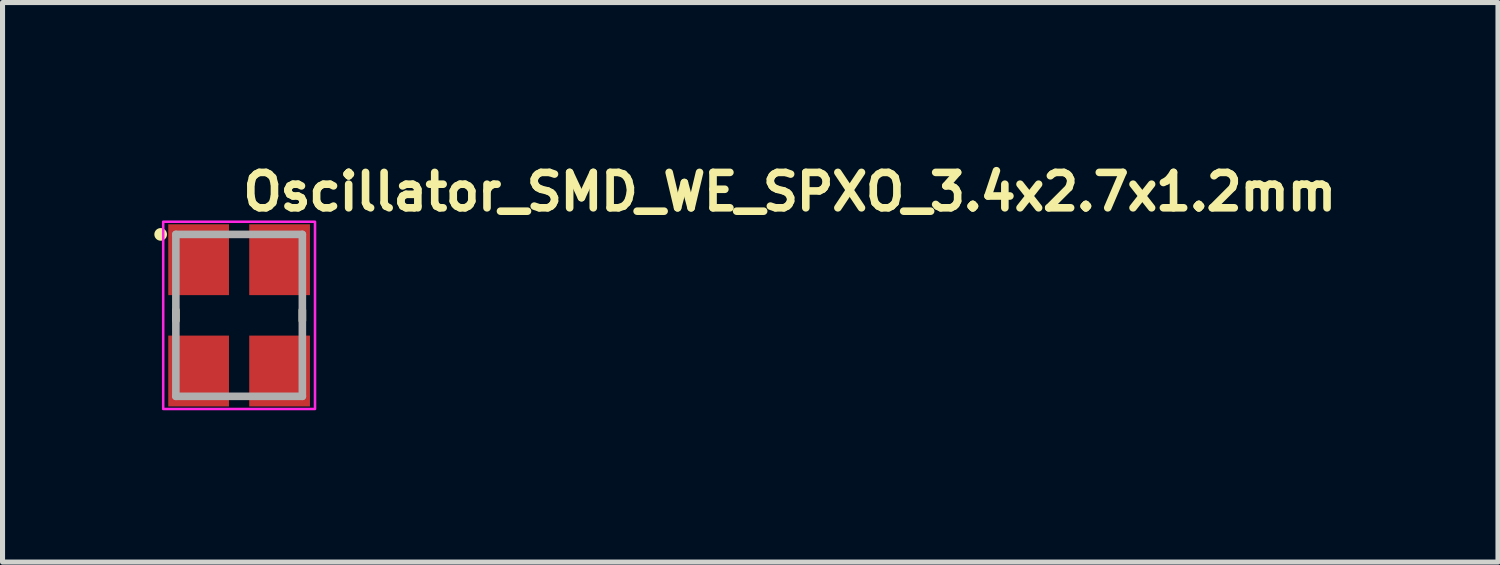
<source format=kicad_pcb>
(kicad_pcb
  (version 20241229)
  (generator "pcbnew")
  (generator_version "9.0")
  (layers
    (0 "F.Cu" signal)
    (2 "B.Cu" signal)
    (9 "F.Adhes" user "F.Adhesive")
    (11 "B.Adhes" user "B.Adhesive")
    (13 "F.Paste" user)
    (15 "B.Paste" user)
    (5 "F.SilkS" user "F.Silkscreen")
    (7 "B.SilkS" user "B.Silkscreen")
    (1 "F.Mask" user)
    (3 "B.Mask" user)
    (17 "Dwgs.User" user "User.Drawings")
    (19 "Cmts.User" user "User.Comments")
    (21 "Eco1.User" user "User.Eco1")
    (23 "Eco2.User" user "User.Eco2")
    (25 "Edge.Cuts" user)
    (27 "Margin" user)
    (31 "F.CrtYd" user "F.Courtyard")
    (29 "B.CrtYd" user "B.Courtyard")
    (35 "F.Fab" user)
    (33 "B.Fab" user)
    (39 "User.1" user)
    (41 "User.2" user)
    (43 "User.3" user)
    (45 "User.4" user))
  (footprint "Oscillator_SMD_WE_SPXO_3.4x2.7x1.2mm"
    (layer "F.Cu")
    (at 1.675 3.182)
    (property "Reference" "Oscillator_SMD_WE_SPXO_3.4x2.7x1.2mm" (at 0 -2.032 0) (unlocked yes) (layer "F.SilkS") (effects (font (size 0.7 0.7) (thickness 0.15)) (justify left bottom)))
    (attr smd)
    (fp_line (start -1.25 -0.102) (end -1.25 0.102) (stroke (width 0.15) (type solid)) (layer "F.SilkS"))
    (fp_line (start 1.25 -0.102) (end 1.25 0.102) (stroke (width 0.15) (type solid)) (layer "F.SilkS"))
    (fp_circle (center -1.55 -1.6) (end -1.5 -1.6) (stroke (width 0.15) (type solid)) (fill yes) (layer "F.SilkS"))
    (fp_rect (start 1.5 -1.85) (end -1.5 1.85) (stroke (width 0.05) (type solid)) (fill no) (layer "F.CrtYd"))
    (fp_line (start -1.25 -1.6) (end -1.25 1.6) (stroke (width 0.15) (type solid)) (layer "F.Fab"))
    (fp_line (start 1.25 -1.6) (end -1.25 -1.6) (stroke (width 0.15) (type solid)) (layer "F.Fab"))
    (fp_line (start 1.25 -1.6) (end 1.25 1.6) (stroke (width 0.15) (type solid)) (layer "F.Fab"))
    (fp_line (start 1.25 1.6) (end -1.25 1.6) (stroke (width 0.15) (type solid)) (layer "F.Fab"))
    (fp_rect (start 1.25 -1.6) (end -1.25 1.6) (stroke (width 0.1) (type solid)) (fill no) (layer "User.5"))
    (fp_line (start -1.25 -1.475) (end -1.25 1.475) (stroke (width 0.02) (type solid)) (layer "User.9"))
    (fp_line (start -1.25 -1.475) (end -1.244 -1.475) (stroke (width 0.02) (type solid)) (layer "User.9"))
    (fp_line (start -1.244 -1.475) (end -1.238 -1.476) (stroke (width 0.02) (type solid)) (layer "User.9"))
    (fp_line (start -1.244 1.475) (end -1.25 1.475) (stroke (width 0.02) (type solid)) (layer "User.9"))
    (fp_line (start -1.238 -1.476) (end -1.232 -1.476) (stroke (width 0.02) (type solid)) (layer "User.9"))
    (fp_line (start -1.238 1.476) (end -1.244 1.475) (stroke (width 0.02) (type solid)) (layer "User.9"))
    (fp_line (start -1.232 -1.476) (end -1.226 -1.477) (stroke (width 0.02) (type solid)) (layer "User.9"))
    (fp_line (start -1.232 1.476) (end -1.238 1.476) (stroke (width 0.02) (type solid)) (layer "User.9"))
    (fp_line (start -1.226 -1.477) (end -1.22 -1.479) (stroke (width 0.02) (type solid)) (layer "User.9"))
    (fp_line (start -1.226 1.477) (end -1.232 1.476) (stroke (width 0.02) (type solid)) (layer "User.9"))
    (fp_line (start -1.22 -1.479) (end -1.214 -1.48) (stroke (width 0.02) (type solid)) (layer "User.9"))
    (fp_line (start -1.22 1.479) (end -1.226 1.477) (stroke (width 0.02) (type solid)) (layer "User.9"))
    (fp_line (start -1.214 -1.48) (end -1.208 -1.482) (stroke (width 0.02) (type solid)) (layer "User.9"))
    (fp_line (start -1.214 1.48) (end -1.22 1.479) (stroke (width 0.02) (type solid)) (layer "User.9"))
    (fp_line (start -1.208 -1.482) (end -1.202 -1.485) (stroke (width 0.02) (type solid)) (layer "User.9"))
    (fp_line (start -1.208 1.482) (end -1.214 1.48) (stroke (width 0.02) (type solid)) (layer "User.9"))
    (fp_line (start -1.202 -1.485) (end -1.197 -1.487) (stroke (width 0.02) (type solid)) (layer "User.9"))
    (fp_line (start -1.202 1.485) (end -1.208 1.482) (stroke (width 0.02) (type solid)) (layer "User.9"))
    (fp_line (start -1.197 -1.487) (end -1.191 -1.49) (stroke (width 0.02) (type solid)) (layer "User.9"))
    (fp_line (start -1.197 1.487) (end -1.202 1.485) (stroke (width 0.02) (type solid)) (layer "User.9"))
    (fp_line (start -1.191 -1.49) (end -1.186 -1.493) (stroke (width 0.02) (type solid)) (layer "User.9"))
    (fp_line (start -1.191 1.49) (end -1.197 1.487) (stroke (width 0.02) (type solid)) (layer "User.9"))
    (fp_line (start -1.186 -1.493) (end -1.181 -1.496) (stroke (width 0.02) (type solid)) (layer "User.9"))
    (fp_line (start -1.186 1.493) (end -1.191 1.49) (stroke (width 0.02) (type solid)) (layer "User.9"))
    (fp_line (start -1.181 -1.496) (end -1.176 -1.5) (stroke (width 0.02) (type solid)) (layer "User.9"))
    (fp_line (start -1.181 1.496) (end -1.186 1.493) (stroke (width 0.02) (type solid)) (layer "User.9"))
    (fp_line (start -1.176 -1.5) (end -1.171 -1.503) (stroke (width 0.02) (type solid)) (layer "User.9"))
    (fp_line (start -1.176 1.5) (end -1.181 1.496) (stroke (width 0.02) (type solid)) (layer "User.9"))
    (fp_line (start -1.171 -1.503) (end -1.166 -1.507) (stroke (width 0.02) (type solid)) (layer "User.9"))
    (fp_line (start -1.171 1.503) (end -1.176 1.5) (stroke (width 0.02) (type solid)) (layer "User.9"))
    (fp_line (start -1.166 -1.507) (end -1.162 -1.512) (stroke (width 0.02) (type solid)) (layer "User.9"))
    (fp_line (start -1.166 1.507) (end -1.171 1.503) (stroke (width 0.02) (type solid)) (layer "User.9"))
    (fp_line (start -1.162 -1.512) (end -1.162 -1.512) (stroke (width 0.02) (type solid)) (layer "User.9"))
    (fp_line (start -1.162 -1.512) (end -1.157 -1.516) (stroke (width 0.02) (type solid)) (layer "User.9"))
    (fp_line (start -1.162 1.512) (end -1.166 1.507) (stroke (width 0.02) (type solid)) (layer "User.9"))
    (fp_line (start -1.162 1.512) (end -1.162 1.512) (stroke (width 0.02) (type solid)) (layer "User.9"))
    (fp_line (start -1.157 -1.516) (end -1.153 -1.521) (stroke (width 0.02) (type solid)) (layer "User.9"))
    (fp_line (start -1.157 1.516) (end -1.162 1.512) (stroke (width 0.02) (type solid)) (layer "User.9"))
    (fp_line (start -1.153 -1.521) (end -1.15 -1.526) (stroke (width 0.02) (type solid)) (layer "User.9"))
    (fp_line (start -1.153 1.521) (end -1.157 1.516) (stroke (width 0.02) (type solid)) (layer "User.9"))
    (fp_line (start -1.15 -1.526) (end -1.146 -1.531) (stroke (width 0.02) (type solid)) (layer "User.9"))
    (fp_line (start -1.15 -1.41) (end -1.15 -1.405) (stroke (width 0.02) (type solid)) (layer "User.9"))
    (fp_line (start -1.15 -1.405) (end -1.15 -1.4) (stroke (width 0.02) (type solid)) (layer "User.9"))
    (fp_line (start -1.15 -1.4) (end -1.15 1.4) (stroke (width 0.02) (type solid)) (layer "User.9"))
    (fp_line (start -1.15 1.4) (end -1.15 1.405) (stroke (width 0.02) (type solid)) (layer "User.9"))
    (fp_line (start -1.15 1.405) (end -1.15 1.41) (stroke (width 0.02) (type solid)) (layer "User.9"))
    (fp_line (start -1.15 1.41) (end -1.149 1.415) (stroke (width 0.02) (type solid)) (layer "User.9"))
    (fp_line (start -1.15 1.526) (end -1.153 1.521) (stroke (width 0.02) (type solid)) (layer "User.9"))
    (fp_line (start -1.149 -1.415) (end -1.15 -1.41) (stroke (width 0.02) (type solid)) (layer "User.9"))
    (fp_line (start -1.149 1.415) (end -1.148 1.42) (stroke (width 0.02) (type solid)) (layer "User.9"))
    (fp_line (start -1.148 -1.42) (end -1.149 -1.415) (stroke (width 0.02) (type solid)) (layer "User.9"))
    (fp_line (start -1.148 1.42) (end -1.147 1.424) (stroke (width 0.02) (type solid)) (layer "User.9"))
    (fp_line (start -1.147 -1.424) (end -1.148 -1.42) (stroke (width 0.02) (type solid)) (layer "User.9"))
    (fp_line (start -1.147 1.424) (end -1.146 1.429) (stroke (width 0.02) (type solid)) (layer "User.9"))
    (fp_line (start -1.146 -1.531) (end -1.143 -1.536) (stroke (width 0.02) (type solid)) (layer "User.9"))
    (fp_line (start -1.146 -1.429) (end -1.147 -1.424) (stroke (width 0.02) (type solid)) (layer "User.9"))
    (fp_line (start -1.146 1.429) (end -1.144 1.434) (stroke (width 0.02) (type solid)) (layer "User.9"))
    (fp_line (start -1.146 1.531) (end -1.15 1.526) (stroke (width 0.02) (type solid)) (layer "User.9"))
    (fp_line (start -1.144 -1.434) (end -1.146 -1.429) (stroke (width 0.02) (type solid)) (layer "User.9"))
    (fp_line (start -1.144 1.434) (end -1.142 1.438) (stroke (width 0.02) (type solid)) (layer "User.9"))
    (fp_line (start -1.143 -1.536) (end -1.14 -1.541) (stroke (width 0.02) (type solid)) (layer "User.9"))
    (fp_line (start -1.143 1.536) (end -1.146 1.531) (stroke (width 0.02) (type solid)) (layer "User.9"))
    (fp_line (start -1.142 -1.438) (end -1.144 -1.434) (stroke (width 0.02) (type solid)) (layer "User.9"))
    (fp_line (start -1.142 1.438) (end -1.14 1.443) (stroke (width 0.02) (type solid)) (layer "User.9"))
    (fp_line (start -1.14 -1.541) (end -1.137 -1.547) (stroke (width 0.02) (type solid)) (layer "User.9"))
    (fp_line (start -1.14 -1.443) (end -1.142 -1.438) (stroke (width 0.02) (type solid)) (layer "User.9"))
    (fp_line (start -1.14 1.443) (end -1.138 1.447) (stroke (width 0.02) (type solid)) (layer "User.9"))
    (fp_line (start -1.14 1.541) (end -1.143 1.536) (stroke (width 0.02) (type solid)) (layer "User.9"))
    (fp_line (start -1.138 -1.447) (end -1.14 -1.443) (stroke (width 0.02) (type solid)) (layer "User.9"))
    (fp_line (start -1.138 1.447) (end -1.136 1.451) (stroke (width 0.02) (type solid)) (layer "User.9"))
    (fp_line (start -1.137 -1.547) (end -1.135 -1.552) (stroke (width 0.02) (type solid)) (layer "User.9"))
    (fp_line (start -1.137 1.547) (end -1.14 1.541) (stroke (width 0.02) (type solid)) (layer "User.9"))
    (fp_line (start -1.136 -1.451) (end -1.138 -1.447) (stroke (width 0.02) (type solid)) (layer "User.9"))
    (fp_line (start -1.136 1.451) (end -1.133 1.455) (stroke (width 0.02) (type solid)) (layer "User.9"))
    (fp_line (start -1.135 -1.552) (end -1.132 -1.558) (stroke (width 0.02) (type solid)) (layer "User.9"))
    (fp_line (start -1.135 1.552) (end -1.137 1.547) (stroke (width 0.02) (type solid)) (layer "User.9"))
    (fp_line (start -1.133 -1.455) (end -1.136 -1.451) (stroke (width 0.02) (type solid)) (layer "User.9"))
    (fp_line (start -1.133 1.455) (end -1.13 1.459) (stroke (width 0.02) (type solid)) (layer "User.9"))
    (fp_line (start -1.132 -1.558) (end -1.13 -1.564) (stroke (width 0.02) (type solid)) (layer "User.9"))
    (fp_line (start -1.132 1.558) (end -1.135 1.552) (stroke (width 0.02) (type solid)) (layer "User.9"))
    (fp_line (start -1.13 -1.564) (end -1.129 -1.57) (stroke (width 0.02) (type solid)) (layer "User.9"))
    (fp_line (start -1.13 -1.459) (end -1.133 -1.455) (stroke (width 0.02) (type solid)) (layer "User.9"))
    (fp_line (start -1.13 1.459) (end -1.127 1.463) (stroke (width 0.02) (type solid)) (layer "User.9"))
    (fp_line (start -1.13 1.564) (end -1.132 1.558) (stroke (width 0.02) (type solid)) (layer "User.9"))
    (fp_line (start -1.129 -1.57) (end -1.127 -1.575) (stroke (width 0.02) (type solid)) (layer "User.9"))
    (fp_line (start -1.129 1.57) (end -1.13 1.564) (stroke (width 0.02) (type solid)) (layer "User.9"))
    (fp_line (start -1.127 -1.575) (end -1.126 -1.582) (stroke (width 0.02) (type solid)) (layer "User.9"))
    (fp_line (start -1.127 -1.463) (end -1.13 -1.459) (stroke (width 0.02) (type solid)) (layer "User.9"))
    (fp_line (start -1.127 1.463) (end -1.124 1.467) (stroke (width 0.02) (type solid)) (layer "User.9"))
    (fp_line (start -1.127 1.575) (end -1.129 1.57) (stroke (width 0.02) (type solid)) (layer "User.9"))
    (fp_line (start -1.126 -1.588) (end -1.125 -1.594) (stroke (width 0.02) (type solid)) (layer "User.9"))
    (fp_line (start -1.126 -1.582) (end -1.126 -1.588) (stroke (width 0.02) (type solid)) (layer "User.9"))
    (fp_line (start -1.126 1.582) (end -1.127 1.575) (stroke (width 0.02) (type solid)) (layer "User.9"))
    (fp_line (start -1.126 1.588) (end -1.126 1.582) (stroke (width 0.02) (type solid)) (layer "User.9"))
    (fp_line (start -1.125 -1.6) (end -0.55 -1.6) (stroke (width 0.02) (type solid)) (layer "User.9"))
    (fp_line (start -1.125 -1.594) (end -1.125 -1.6) (stroke (width 0.02) (type solid)) (layer "User.9"))
    (fp_line (start -1.125 1.594) (end -1.126 1.588) (stroke (width 0.02) (type solid)) (layer "User.9"))
    (fp_line (start -1.125 1.6) (end -1.125 1.594) (stroke (width 0.02) (type solid)) (layer "User.9"))
    (fp_line (start -1.125 1.6) (end -0.55 1.6) (stroke (width 0.02) (type solid)) (layer "User.9"))
    (fp_line (start -1.124 -1.467) (end -1.127 -1.463) (stroke (width 0.02) (type solid)) (layer "User.9"))
    (fp_line (start -1.124 1.467) (end -1.121 1.471) (stroke (width 0.02) (type solid)) (layer "User.9"))
    (fp_line (start -1.121 -1.471) (end -1.124 -1.467) (stroke (width 0.02) (type solid)) (layer "User.9"))
    (fp_line (start -1.121 -1.471) (end -1.121 -1.471) (stroke (width 0.02) (type solid)) (layer "User.9"))
    (fp_line (start -1.121 1.471) (end -1.121 1.471) (stroke (width 0.02) (type solid)) (layer "User.9"))
    (fp_line (start -1.121 1.471) (end -1.117 1.474) (stroke (width 0.02) (type solid)) (layer "User.9"))
    (fp_line (start -1.117 -1.474) (end -1.121 -1.471) (stroke (width 0.02) (type solid)) (layer "User.9"))
    (fp_line (start -1.117 1.474) (end -1.113 1.477) (stroke (width 0.02) (type solid)) (layer "User.9"))
    (fp_line (start -1.113 -1.477) (end -1.117 -1.474) (stroke (width 0.02) (type solid)) (layer "User.9"))
    (fp_line (start -1.113 1.477) (end -1.109 1.48) (stroke (width 0.02) (type solid)) (layer "User.9"))
    (fp_line (start -1.109 -1.48) (end -1.113 -1.477) (stroke (width 0.02) (type solid)) (layer "User.9"))
    (fp_line (start -1.109 1.48) (end -1.105 1.483) (stroke (width 0.02) (type solid)) (layer "User.9"))
    (fp_line (start -1.105 -1.483) (end -1.109 -1.48) (stroke (width 0.02) (type solid)) (layer "User.9"))
    (fp_line (start -1.105 1.483) (end -1.101 1.486) (stroke (width 0.02) (type solid)) (layer "User.9"))
    (fp_line (start -1.101 -1.486) (end -1.105 -1.483) (stroke (width 0.02) (type solid)) (layer "User.9"))
    (fp_line (start -1.101 1.486) (end -1.097 1.488) (stroke (width 0.02) (type solid)) (layer "User.9"))
    (fp_line (start -1.1 -1.405) (end -1.1 -1.402) (stroke (width 0.02) (type solid)) (layer "User.9"))
    (fp_line (start -1.1 -1.402) (end -1.1 -1.4) (stroke (width 0.02) (type solid)) (layer "User.9"))
    (fp_line (start -1.1 -1.4) (end -1.1 1.4) (stroke (width 0.02) (type solid)) (layer "User.9"))
    (fp_line (start -1.1 1.4) (end -1.1 1.402) (stroke (width 0.02) (type solid)) (layer "User.9"))
    (fp_line (start -1.1 1.402) (end -1.1 1.405) (stroke (width 0.02) (type solid)) (layer "User.9"))
    (fp_line (start -1.1 1.405) (end -1.099 1.407) (stroke (width 0.02) (type solid)) (layer "User.9"))
    (fp_line (start -1.099 -1.41) (end -1.099 -1.407) (stroke (width 0.02) (type solid)) (layer "User.9"))
    (fp_line (start -1.099 -1.407) (end -1.1 -1.405) (stroke (width 0.02) (type solid)) (layer "User.9"))
    (fp_line (start -1.099 1.407) (end -1.099 1.41) (stroke (width 0.02) (type solid)) (layer "User.9"))
    (fp_line (start -1.099 1.41) (end -1.098 1.412) (stroke (width 0.02) (type solid)) (layer "User.9"))
    (fp_line (start -1.098 -1.415) (end -1.098 -1.412) (stroke (width 0.02) (type solid)) (layer "User.9"))
    (fp_line (start -1.098 -1.412) (end -1.099 -1.41) (stroke (width 0.02) (type solid)) (layer "User.9"))
    (fp_line (start -1.098 1.412) (end -1.098 1.415) (stroke (width 0.02) (type solid)) (layer "User.9"))
    (fp_line (start -1.098 1.415) (end -1.097 1.417) (stroke (width 0.02) (type solid)) (layer "User.9"))
    (fp_line (start -1.097 -1.488) (end -1.101 -1.486) (stroke (width 0.02) (type solid)) (layer "User.9"))
    (fp_line (start -1.097 -1.417) (end -1.098 -1.415) (stroke (width 0.02) (type solid)) (layer "User.9"))
    (fp_line (start -1.097 1.417) (end -1.096 1.419) (stroke (width 0.02) (type solid)) (layer "User.9"))
    (fp_line (start -1.097 1.488) (end -1.093 1.49) (stroke (width 0.02) (type solid)) (layer "User.9"))
    (fp_line (start -1.096 -1.419) (end -1.097 -1.417) (stroke (width 0.02) (type solid)) (layer "User.9"))
    (fp_line (start -1.096 1.419) (end -1.095 1.421) (stroke (width 0.02) (type solid)) (layer "User.9"))
    (fp_line (start -1.095 -1.421) (end -1.096 -1.419) (stroke (width 0.02) (type solid)) (layer "User.9"))
    (fp_line (start -1.095 1.421) (end -1.094 1.424) (stroke (width 0.02) (type solid)) (layer "User.9"))
    (fp_line (start -1.094 -1.424) (end -1.095 -1.421) (stroke (width 0.02) (type solid)) (layer "User.9"))
    (fp_line (start -1.094 1.424) (end -1.093 1.426) (stroke (width 0.02) (type solid)) (layer "User.9"))
    (fp_line (start -1.093 -1.49) (end -1.097 -1.488) (stroke (width 0.02) (type solid)) (layer "User.9"))
    (fp_line (start -1.093 -1.426) (end -1.094 -1.424) (stroke (width 0.02) (type solid)) (layer "User.9"))
    (fp_line (start -1.093 1.426) (end -1.092 1.428) (stroke (width 0.02) (type solid)) (layer "User.9"))
    (fp_line (start -1.093 1.49) (end -1.088 1.492) (stroke (width 0.02) (type solid)) (layer "User.9"))
    (fp_line (start -1.092 -1.428) (end -1.093 -1.426) (stroke (width 0.02) (type solid)) (layer "User.9"))
    (fp_line (start -1.092 1.428) (end -1.09 1.43) (stroke (width 0.02) (type solid)) (layer "User.9"))
    (fp_line (start -1.09 -1.43) (end -1.092 -1.428) (stroke (width 0.02) (type solid)) (layer "User.9"))
    (fp_line (start -1.09 1.43) (end -1.089 1.432) (stroke (width 0.02) (type solid)) (layer "User.9"))
    (fp_line (start -1.089 -1.432) (end -1.09 -1.43) (stroke (width 0.02) (type solid)) (layer "User.9"))
    (fp_line (start -1.089 1.432) (end -1.087 1.434) (stroke (width 0.02) (type solid)) (layer "User.9"))
    (fp_line (start -1.088 -1.492) (end -1.093 -1.49) (stroke (width 0.02) (type solid)) (layer "User.9"))
    (fp_line (start -1.088 1.492) (end -1.084 1.494) (stroke (width 0.02) (type solid)) (layer "User.9"))
    (fp_line (start -1.087 -1.434) (end -1.089 -1.432) (stroke (width 0.02) (type solid)) (layer "User.9"))
    (fp_line (start -1.087 1.434) (end -1.085 1.435) (stroke (width 0.02) (type solid)) (layer "User.9"))
    (fp_line (start -1.085 -1.435) (end -1.087 -1.434) (stroke (width 0.02) (type solid)) (layer "User.9"))
    (fp_line (start -1.085 -1.435) (end -1.085 -1.435) (stroke (width 0.02) (type solid)) (layer "User.9"))
    (fp_line (start -1.085 1.435) (end -1.085 1.435) (stroke (width 0.02) (type solid)) (layer "User.9"))
    (fp_line (start -1.085 1.435) (end -1.084 1.437) (stroke (width 0.02) (type solid)) (layer "User.9"))
    (fp_line (start -1.084 -1.494) (end -1.088 -1.492) (stroke (width 0.02) (type solid)) (layer "User.9"))
    (fp_line (start -1.084 -1.437) (end -1.085 -1.435) (stroke (width 0.02) (type solid)) (layer "User.9"))
    (fp_line (start -1.084 1.437) (end -1.082 1.439) (stroke (width 0.02) (type solid)) (layer "User.9"))
    (fp_line (start -1.084 1.494) (end -1.079 1.496) (stroke (width 0.02) (type solid)) (layer "User.9"))
    (fp_line (start -1.082 -1.439) (end -1.084 -1.437) (stroke (width 0.02) (type solid)) (layer "User.9"))
    (fp_line (start -1.082 1.439) (end -1.08 1.44) (stroke (width 0.02) (type solid)) (layer "User.9"))
    (fp_line (start -1.08 -1.44) (end -1.082 -1.439) (stroke (width 0.02) (type solid)) (layer "User.9"))
    (fp_line (start -1.08 1.44) (end -1.078 1.442) (stroke (width 0.02) (type solid)) (layer "User.9"))
    (fp_line (start -1.079 -1.496) (end -1.084 -1.494) (stroke (width 0.02) (type solid)) (layer "User.9"))
    (fp_line (start -1.079 1.496) (end -1.074 1.497) (stroke (width 0.02) (type solid)) (layer "User.9"))
    (fp_line (start -1.078 -1.442) (end -1.08 -1.44) (stroke (width 0.02) (type solid)) (layer "User.9"))
    (fp_line (start -1.078 1.442) (end -1.076 1.443) (stroke (width 0.02) (type solid)) (layer "User.9"))
    (fp_line (start -1.076 -1.443) (end -1.078 -1.442) (stroke (width 0.02) (type solid)) (layer "User.9"))
    (fp_line (start -1.076 1.443) (end -1.074 1.444) (stroke (width 0.02) (type solid)) (layer "User.9"))
    (fp_line (start -1.074 -1.497) (end -1.079 -1.496) (stroke (width 0.02) (type solid)) (layer "User.9"))
    (fp_line (start -1.074 -1.444) (end -1.076 -1.443) (stroke (width 0.02) (type solid)) (layer "User.9"))
    (fp_line (start -1.074 1.444) (end -1.071 1.445) (stroke (width 0.02) (type solid)) (layer "User.9"))
    (fp_line (start -1.074 1.497) (end -1.07 1.498) (stroke (width 0.02) (type solid)) (layer "User.9"))
    (fp_line (start -1.071 -1.445) (end -1.074 -1.444) (stroke (width 0.02) (type solid)) (layer "User.9"))
    (fp_line (start -1.071 1.445) (end -1.069 1.446) (stroke (width 0.02) (type solid)) (layer "User.9"))
    (fp_line (start -1.07 -1.498) (end -1.074 -1.497) (stroke (width 0.02) (type solid)) (layer "User.9"))
    (fp_line (start -1.07 1.498) (end -1.065 1.499) (stroke (width 0.02) (type solid)) (layer "User.9"))
    (fp_line (start -1.069 -1.446) (end -1.071 -1.445) (stroke (width 0.02) (type solid)) (layer "User.9"))
    (fp_line (start -1.069 1.446) (end -1.067 1.447) (stroke (width 0.02) (type solid)) (layer "User.9"))
    (fp_line (start -1.067 -1.447) (end -1.069 -1.446) (stroke (width 0.02) (type solid)) (layer "User.9"))
    (fp_line (start -1.067 1.447) (end -1.065 1.448) (stroke (width 0.02) (type solid)) (layer "User.9"))
    (fp_line (start -1.065 -1.499) (end -1.07 -1.498) (stroke (width 0.02) (type solid)) (layer "User.9"))
    (fp_line (start -1.065 -1.448) (end -1.067 -1.447) (stroke (width 0.02) (type solid)) (layer "User.9"))
    (fp_line (start -1.065 1.448) (end -1.062 1.448) (stroke (width 0.02) (type solid)) (layer "User.9"))
    (fp_line (start -1.065 1.499) (end -1.06 1.5) (stroke (width 0.02) (type solid)) (layer "User.9"))
    (fp_line (start -1.062 -1.448) (end -1.065 -1.448) (stroke (width 0.02) (type solid)) (layer "User.9"))
    (fp_line (start -1.062 1.448) (end -1.06 1.449) (stroke (width 0.02) (type solid)) (layer "User.9"))
    (fp_line (start -1.06 -1.5) (end -1.065 -1.499) (stroke (width 0.02) (type solid)) (layer "User.9"))
    (fp_line (start -1.06 -1.449) (end -1.062 -1.448) (stroke (width 0.02) (type solid)) (layer "User.9"))
    (fp_line (start -1.06 1.449) (end -1.057 1.449) (stroke (width 0.02) (type solid)) (layer "User.9"))
    (fp_line (start -1.06 1.5) (end -1.055 1.5) (stroke (width 0.02) (type solid)) (layer "User.9"))
    (fp_line (start -1.057 -1.449) (end -1.06 -1.449) (stroke (width 0.02) (type solid)) (layer "User.9"))
    (fp_line (start -1.057 1.449) (end -1.055 1.45) (stroke (width 0.02) (type solid)) (layer "User.9"))
    (fp_line (start -1.055 -1.5) (end -1.06 -1.5) (stroke (width 0.02) (type solid)) (layer "User.9"))
    (fp_line (start -1.055 -1.45) (end -1.057 -1.449) (stroke (width 0.02) (type solid)) (layer "User.9"))
    (fp_line (start -1.055 1.45) (end -1.052 1.45) (stroke (width 0.02) (type solid)) (layer "User.9"))
    (fp_line (start -1.055 1.5) (end -1.05 1.5) (stroke (width 0.02) (type solid)) (layer "User.9"))
    (fp_line (start -1.052 -1.45) (end -1.055 -1.45) (stroke (width 0.02) (type solid)) (layer "User.9"))
    (fp_line (start -1.052 1.45) (end -1.05 1.45) (stroke (width 0.02) (type solid)) (layer "User.9"))
    (fp_line (start -1.05 -1.5) (end -1.055 -1.5) (stroke (width 0.02) (type solid)) (layer "User.9"))
    (fp_line (start -1.05 -1.45) (end -1.052 -1.45) (stroke (width 0.02) (type solid)) (layer "User.9"))
    (fp_line (start -1.05 1.45) (end 1.05 1.45) (stroke (width 0.02) (type solid)) (layer "User.9"))
    (fp_line (start -1.05 1.5) (end 1.05 1.5) (stroke (width 0.02) (type solid)) (layer "User.9"))
    (fp_line (start -0.55 -1.6) (end -0.49 -1.54) (stroke (width 0.02) (type solid)) (layer "User.9"))
    (fp_line (start -0.49 -1.54) (end -0.31 -1.54) (stroke (width 0.02) (type solid)) (layer "User.9"))
    (fp_line (start -0.49 1.54) (end -0.55 1.6) (stroke (width 0.02) (type solid)) (layer "User.9"))
    (fp_line (start -0.31 -1.54) (end -0.25 -1.6) (stroke (width 0.02) (type solid)) (layer "User.9"))
    (fp_line (start -0.31 1.54) (end -0.49 1.54) (stroke (width 0.02) (type solid)) (layer "User.9"))
    (fp_line (start -0.25 -1.6) (end 0.25 -1.6) (stroke (width 0.02) (type solid)) (layer "User.9"))
    (fp_line (start -0.25 1.6) (end -0.31 1.54) (stroke (width 0.02) (type solid)) (layer "User.9"))
    (fp_line (start -0.25 1.6) (end 0.25 1.6) (stroke (width 0.02) (type solid)) (layer "User.9"))
    (fp_line (start 0.25 -1.6) (end 0.31 -1.54) (stroke (width 0.02) (type solid)) (layer "User.9"))
    (fp_line (start 0.31 -1.54) (end 0.49 -1.54) (stroke (width 0.02) (type solid)) (layer "User.9"))
    (fp_line (start 0.31 1.54) (end 0.25 1.6) (stroke (width 0.02) (type solid)) (layer "User.9"))
    (fp_line (start 0.49 -1.54) (end 0.55 -1.6) (stroke (width 0.02) (type solid)) (layer "User.9"))
    (fp_line (start 0.49 1.54) (end 0.31 1.54) (stroke (width 0.02) (type solid)) (layer "User.9"))
    (fp_line (start 0.55 -1.6) (end 1.125 -1.6) (stroke (width 0.02) (type solid)) (layer "User.9"))
    (fp_line (start 0.55 1.6) (end 0.49 1.54) (stroke (width 0.02) (type solid)) (layer "User.9"))
    (fp_line (start 0.55 1.6) (end 1.125 1.6) (stroke (width 0.02) (type solid)) (layer "User.9"))
    (fp_line (start 1.05 -1.5) (end -1.05 -1.5) (stroke (width 0.02) (type solid)) (layer "User.9"))
    (fp_line (start 1.05 -1.45) (end -1.05 -1.45) (stroke (width 0.02) (type solid)) (layer "User.9"))
    (fp_line (start 1.05 1.45) (end 1.052 1.45) (stroke (width 0.02) (type solid)) (layer "User.9"))
    (fp_line (start 1.05 1.5) (end 1.055 1.5) (stroke (width 0.02) (type solid)) (layer "User.9"))
    (fp_line (start 1.052 -1.45) (end 1.05 -1.45) (stroke (width 0.02) (type solid)) (layer "User.9"))
    (fp_line (start 1.052 1.45) (end 1.055 1.45) (stroke (width 0.02) (type solid)) (layer "User.9"))
    (fp_line (start 1.055 -1.5) (end 1.05 -1.5) (stroke (width 0.02) (type solid)) (layer "User.9"))
    (fp_line (start 1.055 -1.45) (end 1.052 -1.45) (stroke (width 0.02) (type solid)) (layer "User.9"))
    (fp_line (start 1.055 1.45) (end 1.057 1.449) (stroke (width 0.02) (type solid)) (layer "User.9"))
    (fp_line (start 1.055 1.5) (end 1.06 1.5) (stroke (width 0.02) (type solid)) (layer "User.9"))
    (fp_line (start 1.057 -1.449) (end 1.055 -1.45) (stroke (width 0.02) (type solid)) (layer "User.9"))
    (fp_line (start 1.057 1.449) (end 1.06 1.449) (stroke (width 0.02) (type solid)) (layer "User.9"))
    (fp_line (start 1.06 -1.5) (end 1.055 -1.5) (stroke (width 0.02) (type solid)) (layer "User.9"))
    (fp_line (start 1.06 -1.449) (end 1.057 -1.449) (stroke (width 0.02) (type solid)) (layer "User.9"))
    (fp_line (start 1.06 1.449) (end 1.062 1.448) (stroke (width 0.02) (type solid)) (layer "User.9"))
    (fp_line (start 1.06 1.5) (end 1.065 1.499) (stroke (width 0.02) (type solid)) (layer "User.9"))
    (fp_line (start 1.062 -1.448) (end 1.06 -1.449) (stroke (width 0.02) (type solid)) (layer "User.9"))
    (fp_line (start 1.062 1.448) (end 1.065 1.448) (stroke (width 0.02) (type solid)) (layer "User.9"))
    (fp_line (start 1.065 -1.499) (end 1.06 -1.5) (stroke (width 0.02) (type solid)) (layer "User.9"))
    (fp_line (start 1.065 -1.448) (end 1.062 -1.448) (stroke (width 0.02) (type solid)) (layer "User.9"))
    (fp_line (start 1.065 1.448) (end 1.067 1.447) (stroke (width 0.02) (type solid)) (layer "User.9"))
    (fp_line (start 1.065 1.499) (end 1.07 1.498) (stroke (width 0.02) (type solid)) (layer "User.9"))
    (fp_line (start 1.067 -1.447) (end 1.065 -1.448) (stroke (width 0.02) (type solid)) (layer "User.9"))
    (fp_line (start 1.067 1.447) (end 1.069 1.446) (stroke (width 0.02) (type solid)) (layer "User.9"))
    (fp_line (start 1.069 -1.446) (end 1.067 -1.447) (stroke (width 0.02) (type solid)) (layer "User.9"))
    (fp_line (start 1.069 1.446) (end 1.071 1.445) (stroke (width 0.02) (type solid)) (layer "User.9"))
    (fp_line (start 1.07 -1.498) (end 1.065 -1.499) (stroke (width 0.02) (type solid)) (layer "User.9"))
    (fp_line (start 1.07 1.498) (end 1.074 1.497) (stroke (width 0.02) (type solid)) (layer "User.9"))
    (fp_line (start 1.071 -1.445) (end 1.069 -1.446) (stroke (width 0.02) (type solid)) (layer "User.9"))
    (fp_line (start 1.071 1.445) (end 1.074 1.444) (stroke (width 0.02) (type solid)) (layer "User.9"))
    (fp_line (start 1.074 -1.497) (end 1.07 -1.498) (stroke (width 0.02) (type solid)) (layer "User.9"))
    (fp_line (start 1.074 -1.444) (end 1.071 -1.445) (stroke (width 0.02) (type solid)) (layer "User.9"))
    (fp_line (start 1.074 1.444) (end 1.076 1.443) (stroke (width 0.02) (type solid)) (layer "User.9"))
    (fp_line (start 1.074 1.497) (end 1.079 1.496) (stroke (width 0.02) (type solid)) (layer "User.9"))
    (fp_line (start 1.076 -1.443) (end 1.074 -1.444) (stroke (width 0.02) (type solid)) (layer "User.9"))
    (fp_line (start 1.076 1.443) (end 1.078 1.442) (stroke (width 0.02) (type solid)) (layer "User.9"))
    (fp_line (start 1.078 -1.442) (end 1.076 -1.443) (stroke (width 0.02) (type solid)) (layer "User.9"))
    (fp_line (start 1.078 1.442) (end 1.08 1.44) (stroke (width 0.02) (type solid)) (layer "User.9"))
    (fp_line (start 1.079 -1.496) (end 1.074 -1.497) (stroke (width 0.02) (type solid)) (layer "User.9"))
    (fp_line (start 1.079 1.496) (end 1.084 1.494) (stroke (width 0.02) (type solid)) (layer "User.9"))
    (fp_line (start 1.08 -1.44) (end 1.078 -1.442) (stroke (width 0.02) (type solid)) (layer "User.9"))
    (fp_line (start 1.08 1.44) (end 1.082 1.439) (stroke (width 0.02) (type solid)) (layer "User.9"))
    (fp_line (start 1.082 -1.439) (end 1.08 -1.44) (stroke (width 0.02) (type solid)) (layer "User.9"))
    (fp_line (start 1.082 1.439) (end 1.084 1.437) (stroke (width 0.02) (type solid)) (layer "User.9"))
    (fp_line (start 1.084 -1.494) (end 1.079 -1.496) (stroke (width 0.02) (type solid)) (layer "User.9"))
    (fp_line (start 1.084 -1.437) (end 1.082 -1.439) (stroke (width 0.02) (type solid)) (layer "User.9"))
    (fp_line (start 1.084 1.437) (end 1.085 1.435) (stroke (width 0.02) (type solid)) (layer "User.9"))
    (fp_line (start 1.084 1.494) (end 1.088 1.492) (stroke (width 0.02) (type solid)) (layer "User.9"))
    (fp_line (start 1.085 -1.435) (end 1.084 -1.437) (stroke (width 0.02) (type solid)) (layer "User.9"))
    (fp_line (start 1.085 -1.435) (end 1.085 -1.435) (stroke (width 0.02) (type solid)) (layer "User.9"))
    (fp_line (start 1.085 1.435) (end 1.085 1.435) (stroke (width 0.02) (type solid)) (layer "User.9"))
    (fp_line (start 1.085 1.435) (end 1.087 1.434) (stroke (width 0.02) (type solid)) (layer "User.9"))
    (fp_line (start 1.087 -1.434) (end 1.085 -1.435) (stroke (width 0.02) (type solid)) (layer "User.9"))
    (fp_line (start 1.087 1.434) (end 1.089 1.432) (stroke (width 0.02) (type solid)) (layer "User.9"))
    (fp_line (start 1.088 -1.492) (end 1.084 -1.494) (stroke (width 0.02) (type solid)) (layer "User.9"))
    (fp_line (start 1.088 1.492) (end 1.093 1.49) (stroke (width 0.02) (type solid)) (layer "User.9"))
    (fp_line (start 1.089 -1.432) (end 1.087 -1.434) (stroke (width 0.02) (type solid)) (layer "User.9"))
    (fp_line (start 1.089 1.432) (end 1.09 1.43) (stroke (width 0.02) (type solid)) (layer "User.9"))
    (fp_line (start 1.09 -1.43) (end 1.089 -1.432) (stroke (width 0.02) (type solid)) (layer "User.9"))
    (fp_line (start 1.09 1.43) (end 1.092 1.428) (stroke (width 0.02) (type solid)) (layer "User.9"))
    (fp_line (start 1.092 -1.428) (end 1.09 -1.43) (stroke (width 0.02) (type solid)) (layer "User.9"))
    (fp_line (start 1.092 1.428) (end 1.093 1.426) (stroke (width 0.02) (type solid)) (layer "User.9"))
    (fp_line (start 1.093 -1.49) (end 1.088 -1.492) (stroke (width 0.02) (type solid)) (layer "User.9"))
    (fp_line (start 1.093 -1.426) (end 1.092 -1.428) (stroke (width 0.02) (type solid)) (layer "User.9"))
    (fp_line (start 1.093 1.426) (end 1.094 1.424) (stroke (width 0.02) (type solid)) (layer "User.9"))
    (fp_line (start 1.093 1.49) (end 1.097 1.488) (stroke (width 0.02) (type solid)) (layer "User.9"))
    (fp_line (start 1.094 -1.424) (end 1.093 -1.426) (stroke (width 0.02) (type solid)) (layer "User.9"))
    (fp_line (start 1.094 1.424) (end 1.095 1.421) (stroke (width 0.02) (type solid)) (layer "User.9"))
    (fp_line (start 1.095 -1.421) (end 1.094 -1.424) (stroke (width 0.02) (type solid)) (layer "User.9"))
    (fp_line (start 1.095 1.421) (end 1.096 1.419) (stroke (width 0.02) (type solid)) (layer "User.9"))
    (fp_line (start 1.096 -1.419) (end 1.095 -1.421) (stroke (width 0.02) (type solid)) (layer "User.9"))
    (fp_line (start 1.096 1.419) (end 1.097 1.417) (stroke (width 0.02) (type solid)) (layer "User.9"))
    (fp_line (start 1.097 -1.488) (end 1.093 -1.49) (stroke (width 0.02) (type solid)) (layer "User.9"))
    (fp_line (start 1.097 -1.417) (end 1.096 -1.419) (stroke (width 0.02) (type solid)) (layer "User.9"))
    (fp_line (start 1.097 1.417) (end 1.098 1.415) (stroke (width 0.02) (type solid)) (layer "User.9"))
    (fp_line (start 1.097 1.488) (end 1.101 1.486) (stroke (width 0.02) (type solid)) (layer "User.9"))
    (fp_line (start 1.098 -1.415) (end 1.097 -1.417) (stroke (width 0.02) (type solid)) (layer "User.9"))
    (fp_line (start 1.098 -1.412) (end 1.098 -1.415) (stroke (width 0.02) (type solid)) (layer "User.9"))
    (fp_line (start 1.098 1.412) (end 1.099 1.41) (stroke (width 0.02) (type solid)) (layer "User.9"))
    (fp_line (start 1.098 1.415) (end 1.098 1.412) (stroke (width 0.02) (type solid)) (layer "User.9"))
    (fp_line (start 1.099 -1.41) (end 1.098 -1.412) (stroke (width 0.02) (type solid)) (layer "User.9"))
    (fp_line (start 1.099 -1.407) (end 1.099 -1.41) (stroke (width 0.02) (type solid)) (layer "User.9"))
    (fp_line (start 1.099 1.407) (end 1.1 1.405) (stroke (width 0.02) (type solid)) (layer "User.9"))
    (fp_line (start 1.099 1.41) (end 1.099 1.407) (stroke (width 0.02) (type solid)) (layer "User.9"))
    (fp_line (start 1.1 -1.405) (end 1.099 -1.407) (stroke (width 0.02) (type solid)) (layer "User.9"))
    (fp_line (start 1.1 -1.402) (end 1.1 -1.405) (stroke (width 0.02) (type solid)) (layer "User.9"))
    (fp_line (start 1.1 -1.4) (end 1.1 -1.402) (stroke (width 0.02) (type solid)) (layer "User.9"))
    (fp_line (start 1.1 1.4) (end 1.1 -1.4) (stroke (width 0.02) (type solid)) (layer "User.9"))
    (fp_line (start 1.1 1.402) (end 1.1 1.4) (stroke (width 0.02) (type solid)) (layer "User.9"))
    (fp_line (start 1.1 1.405) (end 1.1 1.402) (stroke (width 0.02) (type solid)) (layer "User.9"))
    (fp_line (start 1.101 -1.486) (end 1.097 -1.488) (stroke (width 0.02) (type solid)) (layer "User.9"))
    (fp_line (start 1.101 1.486) (end 1.105 1.483) (stroke (width 0.02) (type solid)) (layer "User.9"))
    (fp_line (start 1.105 -1.483) (end 1.101 -1.486) (stroke (width 0.02) (type solid)) (layer "User.9"))
    (fp_line (start 1.105 1.483) (end 1.109 1.48) (stroke (width 0.02) (type solid)) (layer "User.9"))
    (fp_line (start 1.109 -1.48) (end 1.105 -1.483) (stroke (width 0.02) (type solid)) (layer "User.9"))
    (fp_line (start 1.109 1.48) (end 1.113 1.477) (stroke (width 0.02) (type solid)) (layer "User.9"))
    (fp_line (start 1.113 -1.477) (end 1.109 -1.48) (stroke (width 0.02) (type solid)) (layer "User.9"))
    (fp_line (start 1.113 1.477) (end 1.117 1.474) (stroke (width 0.02) (type solid)) (layer "User.9"))
    (fp_line (start 1.117 -1.474) (end 1.113 -1.477) (stroke (width 0.02) (type solid)) (layer "User.9"))
    (fp_line (start 1.117 1.474) (end 1.121 1.471) (stroke (width 0.02) (type solid)) (layer "User.9"))
    (fp_line (start 1.121 -1.471) (end 1.117 -1.474) (stroke (width 0.02) (type solid)) (layer "User.9"))
    (fp_line (start 1.121 -1.471) (end 1.121 -1.471) (stroke (width 0.02) (type solid)) (layer "User.9"))
    (fp_line (start 1.121 1.471) (end 1.121 1.471) (stroke (width 0.02) (type solid)) (layer "User.9"))
    (fp_line (start 1.121 1.471) (end 1.124 1.467) (stroke (width 0.02) (type solid)) (layer "User.9"))
    (fp_line (start 1.124 -1.467) (end 1.121 -1.471) (stroke (width 0.02) (type solid)) (layer "User.9"))
    (fp_line (start 1.124 1.467) (end 1.127 1.463) (stroke (width 0.02) (type solid)) (layer "User.9"))
    (fp_line (start 1.125 -1.6) (end 1.125 -1.594) (stroke (width 0.02) (type solid)) (layer "User.9"))
    (fp_line (start 1.125 -1.594) (end 1.126 -1.588) (stroke (width 0.02) (type solid)) (layer "User.9"))
    (fp_line (start 1.125 1.594) (end 1.125 1.6) (stroke (width 0.02) (type solid)) (layer "User.9"))
    (fp_line (start 1.126 -1.588) (end 1.126 -1.582) (stroke (width 0.02) (type solid)) (layer "User.9"))
    (fp_line (start 1.126 -1.582) (end 1.127 -1.575) (stroke (width 0.02) (type solid)) (layer "User.9"))
    (fp_line (start 1.126 1.582) (end 1.126 1.588) (stroke (width 0.02) (type solid)) (layer "User.9"))
    (fp_line (start 1.126 1.588) (end 1.125 1.594) (stroke (width 0.02) (type solid)) (layer "User.9"))
    (fp_line (start 1.127 -1.575) (end 1.129 -1.57) (stroke (width 0.02) (type solid)) (layer "User.9"))
    (fp_line (start 1.127 -1.463) (end 1.124 -1.467) (stroke (width 0.02) (type solid)) (layer "User.9"))
    (fp_line (start 1.127 1.463) (end 1.13 1.459) (stroke (width 0.02) (type solid)) (layer "User.9"))
    (fp_line (start 1.127 1.575) (end 1.126 1.582) (stroke (width 0.02) (type solid)) (layer "User.9"))
    (fp_line (start 1.129 -1.57) (end 1.13 -1.564) (stroke (width 0.02) (type solid)) (layer "User.9"))
    (fp_line (start 1.129 1.57) (end 1.127 1.575) (stroke (width 0.02) (type solid)) (layer "User.9"))
    (fp_line (start 1.13 -1.564) (end 1.132 -1.558) (stroke (width 0.02) (type solid)) (layer "User.9"))
    (fp_line (start 1.13 -1.459) (end 1.127 -1.463) (stroke (width 0.02) (type solid)) (layer "User.9"))
    (fp_line (start 1.13 1.459) (end 1.133 1.455) (stroke (width 0.02) (type solid)) (layer "User.9"))
    (fp_line (start 1.13 1.564) (end 1.129 1.57) (stroke (width 0.02) (type solid)) (layer "User.9"))
    (fp_line (start 1.132 -1.558) (end 1.135 -1.552) (stroke (width 0.02) (type solid)) (layer "User.9"))
    (fp_line (start 1.132 1.558) (end 1.13 1.564) (stroke (width 0.02) (type solid)) (layer "User.9"))
    (fp_line (start 1.133 -1.455) (end 1.13 -1.459) (stroke (width 0.02) (type solid)) (layer "User.9"))
    (fp_line (start 1.133 1.455) (end 1.136 1.451) (stroke (width 0.02) (type solid)) (layer "User.9"))
    (fp_line (start 1.135 -1.552) (end 1.137 -1.547) (stroke (width 0.02) (type solid)) (layer "User.9"))
    (fp_line (start 1.135 1.552) (end 1.132 1.558) (stroke (width 0.02) (type solid)) (layer "User.9"))
    (fp_line (start 1.136 -1.451) (end 1.133 -1.455) (stroke (width 0.02) (type solid)) (layer "User.9"))
    (fp_line (start 1.136 1.451) (end 1.138 1.447) (stroke (width 0.02) (type solid)) (layer "User.9"))
    (fp_line (start 1.137 -1.547) (end 1.14 -1.541) (stroke (width 0.02) (type solid)) (layer "User.9"))
    (fp_line (start 1.137 1.547) (end 1.135 1.552) (stroke (width 0.02) (type solid)) (layer "User.9"))
    (fp_line (start 1.138 -1.447) (end 1.136 -1.451) (stroke (width 0.02) (type solid)) (layer "User.9"))
    (fp_line (start 1.138 1.447) (end 1.14 1.443) (stroke (width 0.02) (type solid)) (layer "User.9"))
    (fp_line (start 1.14 -1.541) (end 1.143 -1.536) (stroke (width 0.02) (type solid)) (layer "User.9"))
    (fp_line (start 1.14 -1.443) (end 1.138 -1.447) (stroke (width 0.02) (type solid)) (layer "User.9"))
    (fp_line (start 1.14 1.443) (end 1.142 1.438) (stroke (width 0.02) (type solid)) (layer "User.9"))
    (fp_line (start 1.14 1.541) (end 1.137 1.547) (stroke (width 0.02) (type solid)) (layer "User.9"))
    (fp_line (start 1.142 -1.438) (end 1.14 -1.443) (stroke (width 0.02) (type solid)) (layer "User.9"))
    (fp_line (start 1.142 1.438) (end 1.144 1.434) (stroke (width 0.02) (type solid)) (layer "User.9"))
    (fp_line (start 1.143 -1.536) (end 1.146 -1.531) (stroke (width 0.02) (type solid)) (layer "User.9"))
    (fp_line (start 1.143 1.536) (end 1.14 1.541) (stroke (width 0.02) (type solid)) (layer "User.9"))
    (fp_line (start 1.144 -1.434) (end 1.142 -1.438) (stroke (width 0.02) (type solid)) (layer "User.9"))
    (fp_line (start 1.144 1.434) (end 1.146 1.429) (stroke (width 0.02) (type solid)) (layer "User.9"))
    (fp_line (start 1.146 -1.531) (end 1.15 -1.526) (stroke (width 0.02) (type solid)) (layer "User.9"))
    (fp_line (start 1.146 -1.429) (end 1.144 -1.434) (stroke (width 0.02) (type solid)) (layer "User.9"))
    (fp_line (start 1.146 1.429) (end 1.147 1.424) (stroke (width 0.02) (type solid)) (layer "User.9"))
    (fp_line (start 1.146 1.531) (end 1.143 1.536) (stroke (width 0.02) (type solid)) (layer "User.9"))
    (fp_line (start 1.147 -1.424) (end 1.146 -1.429) (stroke (width 0.02) (type solid)) (layer "User.9"))
    (fp_line (start 1.147 1.424) (end 1.148 1.42) (stroke (width 0.02) (type solid)) (layer "User.9"))
    (fp_line (start 1.148 -1.42) (end 1.147 -1.424) (stroke (width 0.02) (type solid)) (layer "User.9"))
    (fp_line (start 1.148 1.42) (end 1.149 1.415) (stroke (width 0.02) (type solid)) (layer "User.9"))
    (fp_line (start 1.149 -1.415) (end 1.148 -1.42) (stroke (width 0.02) (type solid)) (layer "User.9"))
    (fp_line (start 1.149 1.415) (end 1.15 1.41) (stroke (width 0.02) (type solid)) (layer "User.9"))
    (fp_line (start 1.15 -1.526) (end 1.153 -1.521) (stroke (width 0.02) (type solid)) (layer "User.9"))
    (fp_line (start 1.15 -1.41) (end 1.149 -1.415) (stroke (width 0.02) (type solid)) (layer "User.9"))
    (fp_line (start 1.15 -1.405) (end 1.15 -1.41) (stroke (width 0.02) (type solid)) (layer "User.9"))
    (fp_line (start 1.15 -1.4) (end 1.15 -1.405) (stroke (width 0.02) (type solid)) (layer "User.9"))
    (fp_line (start 1.15 1.4) (end 1.15 -1.4) (stroke (width 0.02) (type solid)) (layer "User.9"))
    (fp_line (start 1.15 1.405) (end 1.15 1.4) (stroke (width 0.02) (type solid)) (layer "User.9"))
    (fp_line (start 1.15 1.41) (end 1.15 1.405) (stroke (width 0.02) (type solid)) (layer "User.9"))
    (fp_line (start 1.15 1.526) (end 1.146 1.531) (stroke (width 0.02) (type solid)) (layer "User.9"))
    (fp_line (start 1.153 -1.521) (end 1.157 -1.516) (stroke (width 0.02) (type solid)) (layer "User.9"))
    (fp_line (start 1.153 1.521) (end 1.15 1.526) (stroke (width 0.02) (type solid)) (layer "User.9"))
    (fp_line (start 1.157 -1.516) (end 1.162 -1.512) (stroke (width 0.02) (type solid)) (layer "User.9"))
    (fp_line (start 1.157 1.516) (end 1.153 1.521) (stroke (width 0.02) (type solid)) (layer "User.9"))
    (fp_line (start 1.162 -1.512) (end 1.162 -1.512) (stroke (width 0.02) (type solid)) (layer "User.9"))
    (fp_line (start 1.162 -1.512) (end 1.166 -1.507) (stroke (width 0.02) (type solid)) (layer "User.9"))
    (fp_line (start 1.162 1.512) (end 1.157 1.516) (stroke (width 0.02) (type solid)) (layer "User.9"))
    (fp_line (start 1.162 1.512) (end 1.162 1.512) (stroke (width 0.02) (type solid)) (layer "User.9"))
    (fp_line (start 1.166 -1.507) (end 1.171 -1.503) (stroke (width 0.02) (type solid)) (layer "User.9"))
    (fp_line (start 1.166 1.507) (end 1.162 1.512) (stroke (width 0.02) (type solid)) (layer "User.9"))
    (fp_line (start 1.171 -1.503) (end 1.176 -1.5) (stroke (width 0.02) (type solid)) (layer "User.9"))
    (fp_line (start 1.171 1.503) (end 1.166 1.507) (stroke (width 0.02) (type solid)) (layer "User.9"))
    (fp_line (start 1.176 -1.5) (end 1.181 -1.496) (stroke (width 0.02) (type solid)) (layer "User.9"))
    (fp_line (start 1.176 1.5) (end 1.171 1.503) (stroke (width 0.02) (type solid)) (layer "User.9"))
    (fp_line (start 1.181 -1.496) (end 1.186 -1.493) (stroke (width 0.02) (type solid)) (layer "User.9"))
    (fp_line (start 1.181 1.496) (end 1.176 1.5) (stroke (width 0.02) (type solid)) (layer "User.9"))
    (fp_line (start 1.186 -1.493) (end 1.191 -1.49) (stroke (width 0.02) (type solid)) (layer "User.9"))
    (fp_line (start 1.186 1.493) (end 1.181 1.496) (stroke (width 0.02) (type solid)) (layer "User.9"))
    (fp_line (start 1.191 -1.49) (end 1.197 -1.487) (stroke (width 0.02) (type solid)) (layer "User.9"))
    (fp_line (start 1.191 1.49) (end 1.186 1.493) (stroke (width 0.02) (type solid)) (layer "User.9"))
    (fp_line (start 1.197 -1.487) (end 1.202 -1.485) (stroke (width 0.02) (type solid)) (layer "User.9"))
    (fp_line (start 1.197 1.487) (end 1.191 1.49) (stroke (width 0.02) (type solid)) (layer "User.9"))
    (fp_line (start 1.202 -1.485) (end 1.208 -1.482) (stroke (width 0.02) (type solid)) (layer "User.9"))
    (fp_line (start 1.202 1.485) (end 1.197 1.487) (stroke (width 0.02) (type solid)) (layer "User.9"))
    (fp_line (start 1.208 -1.482) (end 1.214 -1.48) (stroke (width 0.02) (type solid)) (layer "User.9"))
    (fp_line (start 1.208 1.482) (end 1.202 1.485) (stroke (width 0.02) (type solid)) (layer "User.9"))
    (fp_line (start 1.214 -1.48) (end 1.22 -1.479) (stroke (width 0.02) (type solid)) (layer "User.9"))
    (fp_line (start 1.214 1.48) (end 1.208 1.482) (stroke (width 0.02) (type solid)) (layer "User.9"))
    (fp_line (start 1.22 -1.479) (end 1.226 -1.477) (stroke (width 0.02) (type solid)) (layer "User.9"))
    (fp_line (start 1.22 1.479) (end 1.214 1.48) (stroke (width 0.02) (type solid)) (layer "User.9"))
    (fp_line (start 1.226 -1.477) (end 1.232 -1.476) (stroke (width 0.02) (type solid)) (layer "User.9"))
    (fp_line (start 1.226 1.477) (end 1.22 1.479) (stroke (width 0.02) (type solid)) (layer "User.9"))
    (fp_line (start 1.232 -1.476) (end 1.238 -1.476) (stroke (width 0.02) (type solid)) (layer "User.9"))
    (fp_line (start 1.232 1.476) (end 1.226 1.477) (stroke (width 0.02) (type solid)) (layer "User.9"))
    (fp_line (start 1.238 -1.476) (end 1.244 -1.475) (stroke (width 0.02) (type solid)) (layer "User.9"))
    (fp_line (start 1.238 1.476) (end 1.232 1.476) (stroke (width 0.02) (type solid)) (layer "User.9"))
    (fp_line (start 1.244 -1.475) (end 1.25 -1.475) (stroke (width 0.02) (type solid)) (layer "User.9"))
    (fp_line (start 1.244 1.475) (end 1.238 1.476) (stroke (width 0.02) (type solid)) (layer "User.9"))
    (fp_line (start 1.25 -1.475) (end 1.25 1.475) (stroke (width 0.02) (type solid)) (layer "User.9"))
    (fp_line (start 1.25 1.475) (end 1.244 1.475) (stroke (width 0.02) (type solid)) (layer "User.9"))
    (pad "1" smd rect (at -0.8 -1.1) (size 1.2 1.4) (layers "F.Cu" "F.Mask" "F.Paste"))
    (pad "2" smd rect (at -0.8 1.1) (size 1.2 1.4) (layers "F.Cu" "F.Mask" "F.Paste"))
    (pad "3" smd rect (at 0.8 1.1) (size 1.2 1.4) (layers "F.Cu" "F.Mask" "F.Paste"))
    (pad "4" smd rect (at 0.8 -1.1) (size 1.2 1.4) (layers "F.Cu" "F.Mask" "F.Paste")))
  (gr_rect
    (start -3 -3)
    (end 26.552 8.057)
    (stroke (width 0.1) (type default))
    (fill no)
    (layer "Edge.Cuts")))
</source>
